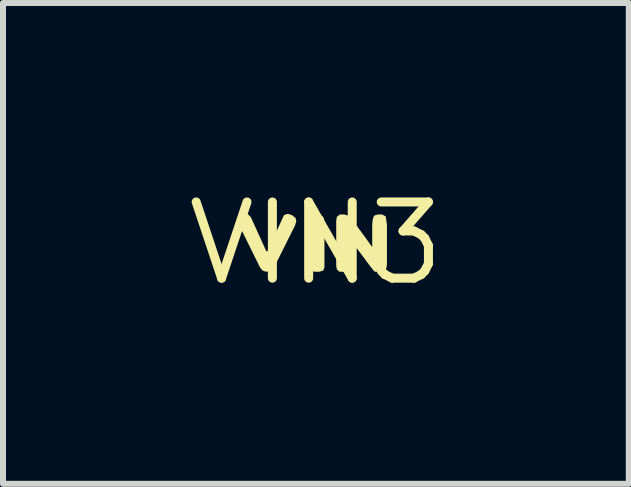
<source format=kicad_pcb>
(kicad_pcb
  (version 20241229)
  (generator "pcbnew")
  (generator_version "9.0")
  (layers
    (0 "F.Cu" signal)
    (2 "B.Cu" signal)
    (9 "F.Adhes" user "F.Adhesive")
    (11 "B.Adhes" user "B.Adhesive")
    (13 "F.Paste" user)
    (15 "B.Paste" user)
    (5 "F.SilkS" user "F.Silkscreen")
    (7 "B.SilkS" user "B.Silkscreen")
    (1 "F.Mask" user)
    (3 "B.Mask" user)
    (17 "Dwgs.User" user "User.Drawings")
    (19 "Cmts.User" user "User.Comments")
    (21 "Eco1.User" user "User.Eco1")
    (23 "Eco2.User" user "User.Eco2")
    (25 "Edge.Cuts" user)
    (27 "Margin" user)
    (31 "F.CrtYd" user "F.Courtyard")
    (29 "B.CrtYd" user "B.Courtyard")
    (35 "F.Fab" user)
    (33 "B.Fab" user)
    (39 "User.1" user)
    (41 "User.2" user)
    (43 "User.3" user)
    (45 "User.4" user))
  (footprint "VIN3"
    (layer "F.Cu")
    (at 2.215 1.006)
    (property "Reference" "VIN3" (at 0 0 0) (layer "F.SilkS") (effects (font (size 1.27 1.27) (thickness 0.15))))
    (fp_poly (pts (xy 0.101 -0.462) (xy 0.132 -0.421) (xy 0.142 -0.35) (xy 0.142 0.4) (xy 0.122 0.452) (xy 0.06 0.472) (xy -0.031 0.472) (xy -0.082 0.442) (xy -0.092 0.38) (xy -0.092 -0.431) (xy -0.051 -0.472) (xy 0.03 -0.483)) (stroke (width 0) (type solid)) (fill yes) (layer "F.SilkS"))
    (fp_poly (pts (xy -1.088 -0.441) (xy -1.068 -0.401) (xy -0.828 0.128) (xy -0.811 0.137) (xy -0.532 -0.472) (xy -0.47 -0.493) (xy -0.399 -0.472) (xy -0.338 -0.421) (xy -0.327 -0.37) (xy -0.348 -0.299) (xy -0.678 0.361) (xy -0.708 0.422) (xy -0.759 0.462) (xy -0.83 0.473) (xy -0.891 0.452) (xy -0.932 0.401) (xy -1.292 -0.329) (xy -1.303 -0.39) (xy -1.272 -0.442) (xy -1.201 -0.482) (xy -1.139 -0.493)) (stroke (width 0) (type solid)) (fill yes) (layer "F.SilkS"))
    (fp_poly (pts (xy 0.541 -0.462) (xy 0.592 -0.412) (xy 0.792 -0.141) (xy 0.938 0.062) (xy 0.938 -0.33) (xy 0.948 -0.401) (xy 0.968 -0.462) (xy 1.03 -0.482) (xy 1.101 -0.482) (xy 1.162 -0.452) (xy 1.172 -0.39) (xy 1.183 -0.32) (xy 1.183 0.36) (xy 1.172 0.421) (xy 1.131 0.462) (xy 1.05 0.472) (xy 0.979 0.472) (xy 0.928 0.412) (xy 0.573 -0.062) (xy 0.573 0.401) (xy 0.542 0.452) (xy 0.48 0.472) (xy 0.389 0.472) (xy 0.348 0.431) (xy 0.338 0.37) (xy 0.338 -0.37) (xy 0.348 -0.441) (xy 0.399 -0.482) (xy 0.47 -0.482)) (stroke (width 0) (type solid)) (fill yes) (layer "F.SilkS")))
  (gr_rect
    (start -3 -3)
    (end 7.429 5.012)
    (stroke (width 0.1) (type default))
    (fill no)
    (layer "Edge.Cuts")))
</source>
